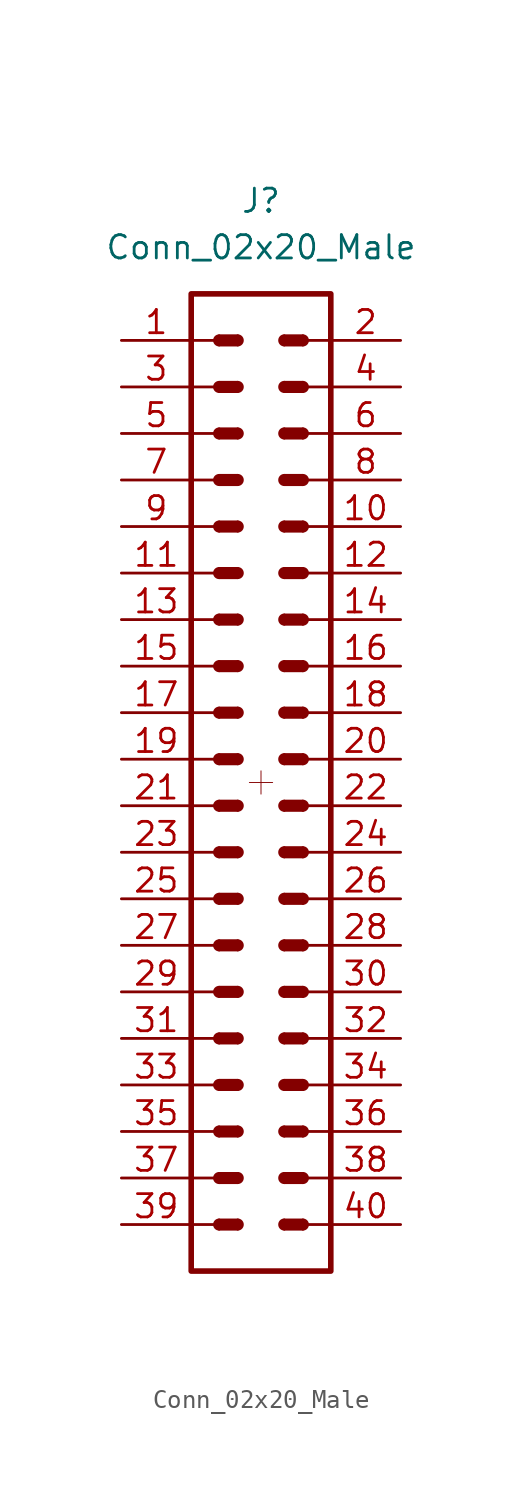
<source format=kicad_sym>
(kicad_symbol_lib
  (version 20211014)
  (generator kicad_symbol_editor)
  (symbol "Conn_02x20_Male"
    (pin_names
      (offset 1.016) hide)
    (property "Reference" "J"
      (at 0 30.48 0)
      (effects (font (size 1.27 1.27))))
    (property "Value" "Conn_02x20_Male"
      (at 0 27.94 0)
      (effects (font (size 1.27 1.27))))
    (symbol "Conn_02x20_Male_0_1"
      (rectangle (start -3.81 0) (end -2.54 0) (stroke (width 0.152) (type default) (color 0 0 0 0)) (fill (type none)))
      (rectangle (start -3.81 2.54) (end -2.54 2.54) (stroke (width 0.152) (type default) (color 0 0 0 0)) (fill (type none)))
      (rectangle (start -3.81 5.08) (end -2.54 5.08) (stroke (width 0.152) (type default) (color 0 0 0 0)) (fill (type none)))
      (rectangle (start -3.81 7.62) (end -2.54 7.62) (stroke (width 0.152) (type default) (color 0 0 0 0)) (fill (type none)))
      (rectangle (start -3.81 10.16) (end -2.54 10.16) (stroke (width 0.152) (type default) (color 0 0 0 0)) (fill (type none)))
      (rectangle (start -3.81 12.7) (end -2.54 12.7) (stroke (width 0.152) (type default) (color 0 0 0 0)) (fill (type none)))
      (rectangle (start -3.81 15.24) (end -2.54 15.24) (stroke (width 0.152) (type default) (color 0 0 0 0)) (fill (type none)))
      (rectangle (start -3.81 17.78) (end -2.54 17.78) (stroke (width 0.152) (type default) (color 0 0 0 0)) (fill (type none)))
      (rectangle (start -3.81 20.32) (end -2.54 20.32) (stroke (width 0.152) (type default) (color 0 0 0 0)) (fill (type none)))
      (rectangle (start -3.81 22.86) (end -2.54 22.86) (stroke (width 0.152) (type default) (color 0 0 0 0)) (fill (type none)))
      (rectangle (start -3.81 25.4) (end 3.81 -27.94) (stroke (width 0.305) (type default) (color 0 0 0 0)) (fill (type none))))
    (symbol "Conn_02x20_Male_1_1"
      (rectangle (start -3.81 -25.4) (end -2.54 -25.4) (stroke (width 0.152) (type default) (color 0 0 0 0)) (fill (type none)))
      (rectangle (start -3.81 -22.86) (end -2.54 -22.86) (stroke (width 0.152) (type default) (color 0 0 0 0)) (fill (type none)))
      (rectangle (start -3.81 -20.32) (end -2.54 -20.32) (stroke (width 0.152) (type default) (color 0 0 0 0)) (fill (type none)))
      (rectangle (start -3.81 -17.78) (end -2.54 -17.78) (stroke (width 0.152) (type default) (color 0 0 0 0)) (fill (type none)))
      (rectangle (start -3.81 -15.24) (end -2.54 -15.24) (stroke (width 0.152) (type default) (color 0 0 0 0)) (fill (type none)))
      (rectangle (start -3.81 -12.7) (end -2.54 -12.7) (stroke (width 0.152) (type default) (color 0 0 0 0)) (fill (type none)))
      (rectangle (start -3.81 -10.16) (end -2.54 -10.16) (stroke (width 0.152) (type default) (color 0 0 0 0)) (fill (type none)))
      (rectangle (start -3.81 -7.62) (end -2.54 -7.62) (stroke (width 0.152) (type default) (color 0 0 0 0)) (fill (type none)))
      (rectangle (start -3.81 -5.08) (end -2.54 -5.08) (stroke (width 0.152) (type default) (color 0 0 0 0)) (fill (type none)))
      (rectangle (start -3.81 -2.54) (end -2.54 -2.54) (stroke (width 0.152) (type default) (color 0 0 0 0)) (fill (type none)))
      (arc (start -2.286 -25.146) (mid -2.54 -25.4) (end -2.286 -25.654) (stroke (width 0) (type default) (color 0 0 0 0)) (fill (type outline)))
      (rectangle (start -2.286 -25.146) (end -1.27 -25.654) (stroke (width 0) (type default) (color 0 0 0 0)) (fill (type outline)))
      (arc (start -2.286 -22.606) (mid -2.54 -22.86) (end -2.286 -23.114) (stroke (width 0) (type default) (color 0 0 0 0)) (fill (type outline)))
      (rectangle (start -2.286 -22.606) (end -1.27 -23.114) (stroke (width 0) (type default) (color 0 0 0 0)) (fill (type outline)))
      (arc (start -2.286 -20.066) (mid -2.54 -20.32) (end -2.286 -20.574) (stroke (width 0) (type default) (color 0 0 0 0)) (fill (type outline)))
      (rectangle (start -2.286 -20.066) (end -1.27 -20.574) (stroke (width 0) (type default) (color 0 0 0 0)) (fill (type outline)))
      (arc (start -2.286 -17.526) (mid -2.54 -17.78) (end -2.286 -18.034) (stroke (width 0) (type default) (color 0 0 0 0)) (fill (type outline)))
      (rectangle (start -2.286 -17.526) (end -1.27 -18.034) (stroke (width 0) (type default) (color 0 0 0 0)) (fill (type outline)))
      (arc (start -2.286 -14.986) (mid -2.54 -15.24) (end -2.286 -15.494) (stroke (width 0) (type default) (color 0 0 0 0)) (fill (type outline)))
      (rectangle (start -2.286 -14.986) (end -1.27 -15.494) (stroke (width 0) (type default) (color 0 0 0 0)) (fill (type outline)))
      (arc (start -2.286 -12.446) (mid -2.54 -12.7) (end -2.286 -12.954) (stroke (width 0) (type default) (color 0 0 0 0)) (fill (type outline)))
      (rectangle (start -2.286 -12.446) (end -1.27 -12.954) (stroke (width 0) (type default) (color 0 0 0 0)) (fill (type outline)))
      (arc (start -2.286 -9.906) (mid -2.54 -10.16) (end -2.286 -10.414) (stroke (width 0) (type default) (color 0 0 0 0)) (fill (type outline)))
      (rectangle (start -2.286 -9.906) (end -1.27 -10.414) (stroke (width 0) (type default) (color 0 0 0 0)) (fill (type outline)))
      (arc (start -2.286 -7.366) (mid -2.54 -7.62) (end -2.286 -7.874) (stroke (width 0) (type default) (color 0 0 0 0)) (fill (type outline)))
      (rectangle (start -2.286 -7.366) (end -1.27 -7.874) (stroke (width 0) (type default) (color 0 0 0 0)) (fill (type outline)))
      (arc (start -2.286 -4.826) (mid -2.54 -5.08) (end -2.286 -5.334) (stroke (width 0) (type default) (color 0 0 0 0)) (fill (type outline)))
      (rectangle (start -2.286 -4.826) (end -1.27 -5.334) (stroke (width 0) (type default) (color 0 0 0 0)) (fill (type outline)))
      (arc (start -2.286 -2.286) (mid -2.54 -2.54) (end -2.286 -2.794) (stroke (width 0) (type default) (color 0 0 0 0)) (fill (type outline)))
      (rectangle (start -2.286 -2.286) (end -1.27 -2.794) (stroke (width 0) (type default) (color 0 0 0 0)) (fill (type outline)))
      (arc (start -2.286 0.254) (mid -2.54 0) (end -2.286 -0.254) (stroke (width 0) (type default) (color 0 0 0 0)) (fill (type outline)))
      (rectangle (start -2.286 0.254) (end -1.27 -0.254) (stroke (width 0) (type default) (color 0 0 0 0)) (fill (type outline)))
      (arc (start -2.286 2.794) (mid -2.54 2.54) (end -2.286 2.286) (stroke (width 0) (type default) (color 0 0 0 0)) (fill (type outline)))
      (rectangle (start -2.286 2.794) (end -1.27 2.286) (stroke (width 0) (type default) (color 0 0 0 0)) (fill (type outline)))
      (arc (start -2.286 5.334) (mid -2.54 5.08) (end -2.286 4.826) (stroke (width 0) (type default) (color 0 0 0 0)) (fill (type outline)))
      (rectangle (start -2.286 5.334) (end -1.27 4.826) (stroke (width 0) (type default) (color 0 0 0 0)) (fill (type outline)))
      (arc (start -2.286 7.874) (mid -2.54 7.62) (end -2.286 7.366) (stroke (width 0) (type default) (color 0 0 0 0)) (fill (type outline)))
      (rectangle (start -2.286 7.874) (end -1.27 7.366) (stroke (width 0) (type default) (color 0 0 0 0)) (fill (type outline)))
      (arc (start -2.286 10.414) (mid -2.54 10.16) (end -2.286 9.906) (stroke (width 0) (type default) (color 0 0 0 0)) (fill (type outline)))
      (rectangle (start -2.286 10.414) (end -1.27 9.906) (stroke (width 0) (type default) (color 0 0 0 0)) (fill (type outline)))
      (arc (start -2.286 12.954) (mid -2.54 12.7) (end -2.286 12.446) (stroke (width 0) (type default) (color 0 0 0 0)) (fill (type outline)))
      (rectangle (start -2.286 12.954) (end -1.27 12.446) (stroke (width 0) (type default) (color 0 0 0 0)) (fill (type outline)))
      (arc (start -2.286 15.494) (mid -2.54 15.24) (end -2.286 14.986) (stroke (width 0) (type default) (color 0 0 0 0)) (fill (type outline)))
      (rectangle (start -2.286 15.494) (end -1.27 14.986) (stroke (width 0) (type default) (color 0 0 0 0)) (fill (type outline)))
      (arc (start -2.286 18.034) (mid -2.54 17.78) (end -2.286 17.526) (stroke (width 0) (type default) (color 0 0 0 0)) (fill (type outline)))
      (rectangle (start -2.286 18.034) (end -1.27 17.526) (stroke (width 0) (type default) (color 0 0 0 0)) (fill (type outline)))
      (arc (start -2.286 20.574) (mid -2.54 20.32) (end -2.286 20.066) (stroke (width 0) (type default) (color 0 0 0 0)) (fill (type outline)))
      (rectangle (start -2.286 20.574) (end -1.27 20.066) (stroke (width 0) (type default) (color 0 0 0 0)) (fill (type outline)))
      (arc (start -2.286 23.114) (mid -2.54 22.86) (end -2.286 22.606) (stroke (width 0) (type default) (color 0 0 0 0)) (fill (type outline)))
      (rectangle (start -2.286 23.114) (end -1.27 22.606) (stroke (width 0) (type default) (color 0 0 0 0)) (fill (type outline)))
      (arc (start -1.27 -25.654) (mid -1.016 -25.4) (end -1.27 -25.146) (stroke (width 0) (type default) (color 0 0 0 0)) (fill (type outline)))
      (arc (start -1.27 -23.114) (mid -1.016 -22.86) (end -1.27 -22.606) (stroke (width 0) (type default) (color 0 0 0 0)) (fill (type outline)))
      (arc (start -1.27 -20.574) (mid -1.016 -20.32) (end -1.27 -20.066) (stroke (width 0) (type default) (color 0 0 0 0)) (fill (type outline)))
      (arc (start -1.27 -18.034) (mid -1.016 -17.78) (end -1.27 -17.526) (stroke (width 0) (type default) (color 0 0 0 0)) (fill (type outline)))
      (arc (start -1.27 -15.494) (mid -1.016 -15.24) (end -1.27 -14.986) (stroke (width 0) (type default) (color 0 0 0 0)) (fill (type outline)))
      (arc (start -1.27 -12.954) (mid -1.016 -12.7) (end -1.27 -12.446) (stroke (width 0) (type default) (color 0 0 0 0)) (fill (type outline)))
      (arc (start -1.27 -10.414) (mid -1.016 -10.16) (end -1.27 -9.906) (stroke (width 0) (type default) (color 0 0 0 0)) (fill (type outline)))
      (arc (start -1.27 -7.874) (mid -1.016 -7.62) (end -1.27 -7.366) (stroke (width 0) (type default) (color 0 0 0 0)) (fill (type outline)))
      (arc (start -1.27 -5.334) (mid -1.016 -5.08) (end -1.27 -4.826) (stroke (width 0) (type default) (color 0 0 0 0)) (fill (type outline)))
      (arc (start -1.27 -2.794) (mid -1.016 -2.54) (end -1.27 -2.286) (stroke (width 0) (type default) (color 0 0 0 0)) (fill (type outline)))
      (arc (start -1.27 -0.254) (mid -1.016 0) (end -1.27 0.254) (stroke (width 0) (type default) (color 0 0 0 0)) (fill (type outline)))
      (arc (start -1.27 2.286) (mid -1.016 2.54) (end -1.27 2.794) (stroke (width 0) (type default) (color 0 0 0 0)) (fill (type outline)))
      (arc (start -1.27 4.826) (mid -1.016 5.08) (end -1.27 5.334) (stroke (width 0) (type default) (color 0 0 0 0)) (fill (type outline)))
      (arc (start -1.27 7.366) (mid -1.016 7.62) (end -1.27 7.874) (stroke (width 0) (type default) (color 0 0 0 0)) (fill (type outline)))
      (arc (start -1.27 9.906) (mid -1.016 10.16) (end -1.27 10.414) (stroke (width 0) (type default) (color 0 0 0 0)) (fill (type outline)))
      (arc (start -1.27 12.446) (mid -1.016 12.7) (end -1.27 12.954) (stroke (width 0) (type default) (color 0 0 0 0)) (fill (type outline)))
      (arc (start -1.27 14.986) (mid -1.016 15.24) (end -1.27 15.494) (stroke (width 0) (type default) (color 0 0 0 0)) (fill (type outline)))
      (arc (start -1.27 17.526) (mid -1.016 17.78) (end -1.27 18.034) (stroke (width 0) (type default) (color 0 0 0 0)) (fill (type outline)))
      (arc (start -1.27 20.066) (mid -1.016 20.32) (end -1.27 20.574) (stroke (width 0) (type default) (color 0 0 0 0)) (fill (type outline)))
      (arc (start -1.27 22.606) (mid -1.016 22.86) (end -1.27 23.114) (stroke (width 0) (type default) (color 0 0 0 0)) (fill (type outline)))
      (polyline (pts (xy -0.635 -1.27) (xy 0.635 -1.27)) (stroke (width 0.051) (type default) (color 0 0 0 0)) (fill (type none)))
      (polyline (pts (xy 0 -0.635) (xy 0 -1.905)) (stroke (width 0.051) (type default) (color 0 0 0 0)) (fill (type none)))
      (arc (start 1.27 -25.146) (mid 1.016 -25.4) (end 1.27 -25.654) (stroke (width 0) (type default) (color 0 0 0 0)) (fill (type outline)))
      (rectangle (start 1.27 -25.146) (end 2.286 -25.654) (stroke (width 0) (type default) (color 0 0 0 0)) (fill (type outline)))
      (arc (start 1.27 -22.606) (mid 1.016 -22.86) (end 1.27 -23.114) (stroke (width 0) (type default) (color 0 0 0 0)) (fill (type outline)))
      (rectangle (start 1.27 -22.606) (end 2.286 -23.114) (stroke (width 0) (type default) (color 0 0 0 0)) (fill (type outline)))
      (arc (start 1.27 -20.066) (mid 1.016 -20.32) (end 1.27 -20.574) (stroke (width 0) (type default) (color 0 0 0 0)) (fill (type outline)))
      (rectangle (start 1.27 -20.066) (end 2.286 -20.574) (stroke (width 0) (type default) (color 0 0 0 0)) (fill (type outline)))
      (arc (start 1.27 -17.526) (mid 1.016 -17.78) (end 1.27 -18.034) (stroke (width 0) (type default) (color 0 0 0 0)) (fill (type outline)))
      (rectangle (start 1.27 -17.526) (end 2.286 -18.034) (stroke (width 0) (type default) (color 0 0 0 0)) (fill (type outline)))
      (arc (start 1.27 -14.986) (mid 1.016 -15.24) (end 1.27 -15.494) (stroke (width 0) (type default) (color 0 0 0 0)) (fill (type outline)))
      (rectangle (start 1.27 -14.986) (end 2.286 -15.494) (stroke (width 0) (type default) (color 0 0 0 0)) (fill (type outline)))
      (arc (start 1.27 -12.446) (mid 1.016 -12.7) (end 1.27 -12.954) (stroke (width 0) (type default) (color 0 0 0 0)) (fill (type outline)))
      (rectangle (start 1.27 -12.446) (end 2.286 -12.954) (stroke (width 0) (type default) (color 0 0 0 0)) (fill (type outline)))
      (arc (start 1.27 -9.906) (mid 1.016 -10.16) (end 1.27 -10.414) (stroke (width 0) (type default) (color 0 0 0 0)) (fill (type outline)))
      (rectangle (start 1.27 -9.906) (end 2.286 -10.414) (stroke (width 0) (type default) (color 0 0 0 0)) (fill (type outline)))
      (arc (start 1.27 -7.366) (mid 1.016 -7.62) (end 1.27 -7.874) (stroke (width 0) (type default) (color 0 0 0 0)) (fill (type outline)))
      (rectangle (start 1.27 -7.366) (end 2.286 -7.874) (stroke (width 0) (type default) (color 0 0 0 0)) (fill (type outline)))
      (arc (start 1.27 -4.826) (mid 1.016 -5.08) (end 1.27 -5.334) (stroke (width 0) (type default) (color 0 0 0 0)) (fill (type outline)))
      (rectangle (start 1.27 -4.826) (end 2.286 -5.334) (stroke (width 0) (type default) (color 0 0 0 0)) (fill (type outline)))
      (arc (start 1.27 -2.286) (mid 1.016 -2.54) (end 1.27 -2.794) (stroke (width 0) (type default) (color 0 0 0 0)) (fill (type outline)))
      (rectangle (start 1.27 -2.286) (end 2.286 -2.794) (stroke (width 0) (type default) (color 0 0 0 0)) (fill (type outline)))
      (arc (start 1.27 0.254) (mid 1.016 0) (end 1.27 -0.254) (stroke (width 0) (type default) (color 0 0 0 0)) (fill (type outline)))
      (rectangle (start 1.27 0.254) (end 2.286 -0.254) (stroke (width 0) (type default) (color 0 0 0 0)) (fill (type outline)))
      (arc (start 1.27 2.794) (mid 1.016 2.54) (end 1.27 2.286) (stroke (width 0) (type default) (color 0 0 0 0)) (fill (type outline)))
      (rectangle (start 1.27 2.794) (end 2.286 2.286) (stroke (width 0) (type default) (color 0 0 0 0)) (fill (type outline)))
      (arc (start 1.27 5.334) (mid 1.016 5.08) (end 1.27 4.826) (stroke (width 0) (type default) (color 0 0 0 0)) (fill (type outline)))
      (rectangle (start 1.27 5.334) (end 2.286 4.826) (stroke (width 0) (type default) (color 0 0 0 0)) (fill (type outline)))
      (arc (start 1.27 7.874) (mid 1.016 7.62) (end 1.27 7.366) (stroke (width 0) (type default) (color 0 0 0 0)) (fill (type outline)))
      (rectangle (start 1.27 7.874) (end 2.286 7.366) (stroke (width 0) (type default) (color 0 0 0 0)) (fill (type outline)))
      (arc (start 1.27 10.414) (mid 1.016 10.16) (end 1.27 9.906) (stroke (width 0) (type default) (color 0 0 0 0)) (fill (type outline)))
      (rectangle (start 1.27 10.414) (end 2.286 9.906) (stroke (width 0) (type default) (color 0 0 0 0)) (fill (type outline)))
      (arc (start 1.27 12.954) (mid 1.016 12.7) (end 1.27 12.446) (stroke (width 0) (type default) (color 0 0 0 0)) (fill (type outline)))
      (rectangle (start 1.27 12.954) (end 2.286 12.446) (stroke (width 0) (type default) (color 0 0 0 0)) (fill (type outline)))
      (arc (start 1.27 15.494) (mid 1.016 15.24) (end 1.27 14.986) (stroke (width 0) (type default) (color 0 0 0 0)) (fill (type outline)))
      (rectangle (start 1.27 15.494) (end 2.286 14.986) (stroke (width 0) (type default) (color 0 0 0 0)) (fill (type outline)))
      (arc (start 1.27 18.034) (mid 1.016 17.78) (end 1.27 17.526) (stroke (width 0) (type default) (color 0 0 0 0)) (fill (type outline)))
      (rectangle (start 1.27 18.034) (end 2.286 17.526) (stroke (width 0) (type default) (color 0 0 0 0)) (fill (type outline)))
      (arc (start 1.27 20.574) (mid 1.016 20.32) (end 1.27 20.066) (stroke (width 0) (type default) (color 0 0 0 0)) (fill (type outline)))
      (rectangle (start 1.27 20.574) (end 2.286 20.066) (stroke (width 0) (type default) (color 0 0 0 0)) (fill (type outline)))
      (arc (start 1.27 23.114) (mid 1.016 22.86) (end 1.27 22.606) (stroke (width 0) (type default) (color 0 0 0 0)) (fill (type outline)))
      (rectangle (start 1.27 23.114) (end 2.286 22.606) (stroke (width 0) (type default) (color 0 0 0 0)) (fill (type outline)))
      (arc (start 2.286 -25.654) (mid 2.54 -25.4) (end 2.286 -25.146) (stroke (width 0) (type default) (color 0 0 0 0)) (fill (type outline)))
      (arc (start 2.286 -23.114) (mid 2.54 -22.86) (end 2.286 -22.606) (stroke (width 0) (type default) (color 0 0 0 0)) (fill (type outline)))
      (arc (start 2.286 -20.574) (mid 2.54 -20.32) (end 2.286 -20.066) (stroke (width 0) (type default) (color 0 0 0 0)) (fill (type outline)))
      (arc (start 2.286 -18.034) (mid 2.54 -17.78) (end 2.286 -17.526) (stroke (width 0) (type default) (color 0 0 0 0)) (fill (type outline)))
      (arc (start 2.286 -15.494) (mid 2.54 -15.24) (end 2.286 -14.986) (stroke (width 0) (type default) (color 0 0 0 0)) (fill (type outline)))
      (arc (start 2.286 -12.954) (mid 2.54 -12.7) (end 2.286 -12.446) (stroke (width 0) (type default) (color 0 0 0 0)) (fill (type outline)))
      (arc (start 2.286 -10.414) (mid 2.54 -10.16) (end 2.286 -9.906) (stroke (width 0) (type default) (color 0 0 0 0)) (fill (type outline)))
      (arc (start 2.286 -7.874) (mid 2.54 -7.62) (end 2.286 -7.366) (stroke (width 0) (type default) (color 0 0 0 0)) (fill (type outline)))
      (arc (start 2.286 -5.334) (mid 2.54 -5.08) (end 2.286 -4.826) (stroke (width 0) (type default) (color 0 0 0 0)) (fill (type outline)))
      (arc (start 2.286 -2.794) (mid 2.54 -2.54) (end 2.286 -2.286) (stroke (width 0) (type default) (color 0 0 0 0)) (fill (type outline)))
      (arc (start 2.286 -0.254) (mid 2.54 0) (end 2.286 0.254) (stroke (width 0) (type default) (color 0 0 0 0)) (fill (type outline)))
      (arc (start 2.286 2.286) (mid 2.54 2.54) (end 2.286 2.794) (stroke (width 0) (type default) (color 0 0 0 0)) (fill (type outline)))
      (arc (start 2.286 4.826) (mid 2.54 5.08) (end 2.286 5.334) (stroke (width 0) (type default) (color 0 0 0 0)) (fill (type outline)))
      (arc (start 2.286 7.366) (mid 2.54 7.62) (end 2.286 7.874) (stroke (width 0) (type default) (color 0 0 0 0)) (fill (type outline)))
      (arc (start 2.286 9.906) (mid 2.54 10.16) (end 2.286 10.414) (stroke (width 0) (type default) (color 0 0 0 0)) (fill (type outline)))
      (arc (start 2.286 12.446) (mid 2.54 12.7) (end 2.286 12.954) (stroke (width 0) (type default) (color 0 0 0 0)) (fill (type outline)))
      (arc (start 2.286 14.986) (mid 2.54 15.24) (end 2.286 15.494) (stroke (width 0) (type default) (color 0 0 0 0)) (fill (type outline)))
      (arc (start 2.286 17.526) (mid 2.54 17.78) (end 2.286 18.034) (stroke (width 0) (type default) (color 0 0 0 0)) (fill (type outline)))
      (arc (start 2.286 20.066) (mid 2.54 20.32) (end 2.286 20.574) (stroke (width 0) (type default) (color 0 0 0 0)) (fill (type outline)))
      (arc (start 2.286 22.606) (mid 2.54 22.86) (end 2.286 23.114) (stroke (width 0) (type default) (color 0 0 0 0)) (fill (type outline)))
      (rectangle (start 3.81 -25.4) (end 2.54 -25.4) (stroke (width 0.152) (type default) (color 0 0 0 0)) (fill (type none)))
      (rectangle (start 3.81 -22.86) (end 2.54 -22.86) (stroke (width 0.152) (type default) (color 0 0 0 0)) (fill (type none)))
      (rectangle (start 3.81 -20.32) (end 2.54 -20.32) (stroke (width 0.152) (type default) (color 0 0 0 0)) (fill (type none)))
      (rectangle (start 3.81 -17.78) (end 2.54 -17.78) (stroke (width 0.152) (type default) (color 0 0 0 0)) (fill (type none)))
      (rectangle (start 3.81 -15.24) (end 2.54 -15.24) (stroke (width 0.152) (type default) (color 0 0 0 0)) (fill (type none)))
      (rectangle (start 3.81 -12.7) (end 2.54 -12.7) (stroke (width 0.152) (type default) (color 0 0 0 0)) (fill (type none)))
      (rectangle (start 3.81 -10.16) (end 2.54 -10.16) (stroke (width 0.152) (type default) (color 0 0 0 0)) (fill (type none)))
      (rectangle (start 3.81 -7.62) (end 2.54 -7.62) (stroke (width 0.152) (type default) (color 0 0 0 0)) (fill (type none)))
      (rectangle (start 3.81 -5.08) (end 2.54 -5.08) (stroke (width 0.152) (type default) (color 0 0 0 0)) (fill (type none)))
      (rectangle (start 3.81 -2.54) (end 2.54 -2.54) (stroke (width 0.152) (type default) (color 0 0 0 0)) (fill (type none)))
      (rectangle (start 3.81 0) (end 2.54 0) (stroke (width 0.152) (type default) (color 0 0 0 0)) (fill (type none)))
      (rectangle (start 3.81 2.54) (end 2.54 2.54) (stroke (width 0.152) (type default) (color 0 0 0 0)) (fill (type none)))
      (rectangle (start 3.81 5.08) (end 2.54 5.08) (stroke (width 0.152) (type default) (color 0 0 0 0)) (fill (type none)))
      (rectangle (start 3.81 7.62) (end 2.54 7.62) (stroke (width 0.152) (type default) (color 0 0 0 0)) (fill (type none)))
      (rectangle (start 3.81 10.16) (end 2.54 10.16) (stroke (width 0.152) (type default) (color 0 0 0 0)) (fill (type none)))
      (rectangle (start 3.81 12.7) (end 2.54 12.7) (stroke (width 0.152) (type default) (color 0 0 0 0)) (fill (type none)))
      (rectangle (start 3.81 15.24) (end 2.54 15.24) (stroke (width 0.152) (type default) (color 0 0 0 0)) (fill (type none)))
      (rectangle (start 3.81 17.78) (end 2.54 17.78) (stroke (width 0.152) (type default) (color 0 0 0 0)) (fill (type none)))
      (rectangle (start 3.81 20.32) (end 2.54 20.32) (stroke (width 0.152) (type default) (color 0 0 0 0)) (fill (type none)))
      (rectangle (start 3.81 22.86) (end 2.54 22.86) (stroke (width 0.152) (type default) (color 0 0 0 0)) (fill (type none)))
      (pin passive line (at -7.62 22.86 0) (length 3.81) (name "Pin_1" (effects (font (size 1.27 1.27)))) (number "1" (effects (font (size 1.27 1.27)))))
      (pin passive line (at 7.62 12.7 180) (length 3.81) (name "Pin_10" (effects (font (size 1.27 1.27)))) (number "10" (effects (font (size 1.27 1.27)))))
      (pin passive line (at -7.62 10.16 0) (length 3.81) (name "Pin_11" (effects (font (size 1.27 1.27)))) (number "11" (effects (font (size 1.27 1.27)))))
      (pin passive line (at 7.62 10.16 180) (length 3.81) (name "Pin_12" (effects (font (size 1.27 1.27)))) (number "12" (effects (font (size 1.27 1.27)))))
      (pin passive line (at -7.62 7.62 0) (length 3.81) (name "Pin_13" (effects (font (size 1.27 1.27)))) (number "13" (effects (font (size 1.27 1.27)))))
      (pin passive line (at 7.62 7.62 180) (length 3.81) (name "14" (effects (font (size 1.27 1.27)))) (number "14" (effects (font (size 1.27 1.27)))))
      (pin passive line (at -7.62 5.08 0) (length 3.81) (name "15" (effects (font (size 1.27 1.27)))) (number "15" (effects (font (size 1.27 1.27)))))
      (pin passive line (at 7.62 5.08 180) (length 3.81) (name "16" (effects (font (size 1.27 1.27)))) (number "16" (effects (font (size 1.27 1.27)))))
      (pin passive line (at -7.62 2.54 0) (length 3.81) (name "17" (effects (font (size 1.27 1.27)))) (number "17" (effects (font (size 1.27 1.27)))))
      (pin passive line (at 7.62 2.54 180) (length 3.81) (name "18" (effects (font (size 1.27 1.27)))) (number "18" (effects (font (size 1.27 1.27)))))
      (pin passive line (at -7.62 0 0) (length 3.81) (name "19" (effects (font (size 1.27 1.27)))) (number "19" (effects (font (size 1.27 1.27)))))
      (pin passive line (at 7.62 22.86 180) (length 3.81) (name "Pin_2" (effects (font (size 1.27 1.27)))) (number "2" (effects (font (size 1.27 1.27)))))
      (pin passive line (at 7.62 0 180) (length 3.81) (name "20" (effects (font (size 1.27 1.27)))) (number "20" (effects (font (size 1.27 1.27)))))
      (pin passive line (at -7.62 -2.54 0) (length 3.81) (name "21" (effects (font (size 1.27 1.27)))) (number "21" (effects (font (size 1.27 1.27)))))
      (pin passive line (at 7.62 -2.54 180) (length 3.81) (name "22" (effects (font (size 1.27 1.27)))) (number "22" (effects (font (size 1.27 1.27)))))
      (pin passive line (at -7.62 -5.08 0) (length 3.81) (name "23" (effects (font (size 1.27 1.27)))) (number "23" (effects (font (size 1.27 1.27)))))
      (pin passive line (at 7.62 -5.08 180) (length 3.81) (name "24" (effects (font (size 1.27 1.27)))) (number "24" (effects (font (size 1.27 1.27)))))
      (pin passive line (at -7.62 -7.62 0) (length 3.81) (name "25" (effects (font (size 1.27 1.27)))) (number "25" (effects (font (size 1.27 1.27)))))
      (pin passive line (at 7.62 -7.62 180) (length 3.81) (name "26" (effects (font (size 1.27 1.27)))) (number "26" (effects (font (size 1.27 1.27)))))
      (pin passive line (at -7.62 -10.16 0) (length 3.81) (name "27" (effects (font (size 1.27 1.27)))) (number "27" (effects (font (size 1.27 1.27)))))
      (pin passive line (at 7.62 -10.16 180) (length 3.81) (name "28" (effects (font (size 1.27 1.27)))) (number "28" (effects (font (size 1.27 1.27)))))
      (pin passive line (at -7.62 -12.7 0) (length 3.81) (name "29" (effects (font (size 1.27 1.27)))) (number "29" (effects (font (size 1.27 1.27)))))
      (pin passive line (at -7.62 20.32 0) (length 3.81) (name "Pin_3" (effects (font (size 1.27 1.27)))) (number "3" (effects (font (size 1.27 1.27)))))
      (pin passive line (at 7.62 -12.7 180) (length 3.81) (name "30" (effects (font (size 1.27 1.27)))) (number "30" (effects (font (size 1.27 1.27)))))
      (pin passive line (at -7.62 -15.24 0) (length 3.81) (name "31" (effects (font (size 1.27 1.27)))) (number "31" (effects (font (size 1.27 1.27)))))
      (pin passive line (at 7.62 -15.24 180) (length 3.81) (name "32" (effects (font (size 1.27 1.27)))) (number "32" (effects (font (size 1.27 1.27)))))
      (pin passive line (at -7.62 -17.78 0) (length 3.81) (name "33" (effects (font (size 1.27 1.27)))) (number "33" (effects (font (size 1.27 1.27)))))
      (pin passive line (at 7.62 -17.78 180) (length 3.81) (name "34" (effects (font (size 1.27 1.27)))) (number "34" (effects (font (size 1.27 1.27)))))
      (pin passive line (at -7.62 -20.32 0) (length 3.81) (name "35" (effects (font (size 1.27 1.27)))) (number "35" (effects (font (size 1.27 1.27)))))
      (pin passive line (at 7.62 -20.32 180) (length 3.81) (name "36" (effects (font (size 1.27 1.27)))) (number "36" (effects (font (size 1.27 1.27)))))
      (pin passive line (at -7.62 -22.86 0) (length 3.81) (name "37" (effects (font (size 1.27 1.27)))) (number "37" (effects (font (size 1.27 1.27)))))
      (pin passive line (at 7.62 -22.86 180) (length 3.81) (name "38" (effects (font (size 1.27 1.27)))) (number "38" (effects (font (size 1.27 1.27)))))
      (pin passive line (at -7.62 -25.4 0) (length 3.81) (name "39" (effects (font (size 1.27 1.27)))) (number "39" (effects (font (size 1.27 1.27)))))
      (pin passive line (at 7.62 20.32 180) (length 3.81) (name "Pin_4" (effects (font (size 1.27 1.27)))) (number "4" (effects (font (size 1.27 1.27)))))
      (pin passive line (at 7.62 -25.4 180) (length 3.81) (name "40" (effects (font (size 1.27 1.27)))) (number "40" (effects (font (size 1.27 1.27)))))
      (pin passive line (at -7.62 17.78 0) (length 3.81) (name "Pin_5" (effects (font (size 1.27 1.27)))) (number "5" (effects (font (size 1.27 1.27)))))
      (pin passive line (at 7.62 17.78 180) (length 3.81) (name "Pin_6" (effects (font (size 1.27 1.27)))) (number "6" (effects (font (size 1.27 1.27)))))
      (pin passive line (at -7.62 15.24 0) (length 3.81) (name "Pin_7" (effects (font (size 1.27 1.27)))) (number "7" (effects (font (size 1.27 1.27)))))
      (pin passive line (at 7.62 15.24 180) (length 3.81) (name "Pin_8" (effects (font (size 1.27 1.27)))) (number "8" (effects (font (size 1.27 1.27)))))
      (pin passive line (at -7.62 12.7 0) (length 3.81) (name "Pin_9" (effects (font (size 1.27 1.27)))) (number "9" (effects (font (size 1.27 1.27))))))))
</source>
